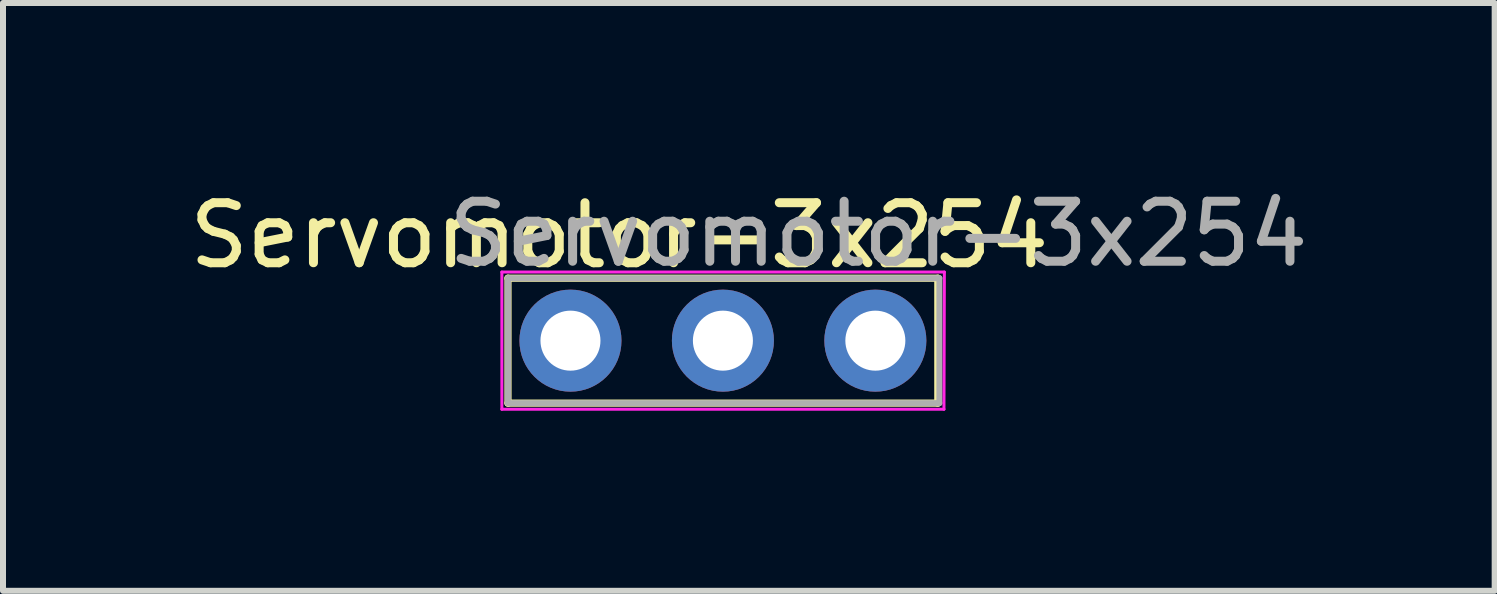
<source format=kicad_pcb>
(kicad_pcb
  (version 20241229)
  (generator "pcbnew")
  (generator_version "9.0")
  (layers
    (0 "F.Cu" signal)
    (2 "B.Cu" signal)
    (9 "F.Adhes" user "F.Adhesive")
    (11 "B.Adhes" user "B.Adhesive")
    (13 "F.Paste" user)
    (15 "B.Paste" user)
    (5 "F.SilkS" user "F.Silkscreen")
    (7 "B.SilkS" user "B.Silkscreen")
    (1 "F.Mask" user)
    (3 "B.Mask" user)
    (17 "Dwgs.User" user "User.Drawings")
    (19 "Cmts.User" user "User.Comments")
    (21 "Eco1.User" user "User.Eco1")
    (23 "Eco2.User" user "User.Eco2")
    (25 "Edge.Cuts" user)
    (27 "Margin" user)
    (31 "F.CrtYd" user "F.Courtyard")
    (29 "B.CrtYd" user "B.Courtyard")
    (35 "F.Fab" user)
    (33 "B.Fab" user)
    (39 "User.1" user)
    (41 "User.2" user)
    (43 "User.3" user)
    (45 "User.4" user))
  (footprint "Servomotor-3x254"
    (layer "F.Cu")
    (at 6.455 2.626)
    (property "Reference" "Servomotor-3x254" (at 0.813 -1.753 0) (layer "F.SilkS") (effects (font (size 1 1) (thickness 0.15))))
    (attr through_hole)
    (fp_line (start -1.041 -1.041) (end -1.041 1.041) (stroke (width 0.12) (type solid)) (layer "F.SilkS"))
    (fp_line (start -1.041 1.041) (end 6.121 1.041) (stroke (width 0.12) (type solid)) (layer "F.SilkS"))
    (fp_line (start 6.121 -1.041) (end -1.041 -1.041) (stroke (width 0.12) (type solid)) (layer "F.SilkS"))
    (fp_line (start 6.121 1.041) (end 6.121 -1.041) (stroke (width 0.12) (type solid)) (layer "F.SilkS"))
    (fp_line (start -1.143 -1.143) (end -1.143 1.143) (stroke (width 0.05) (type solid)) (layer "F.CrtYd"))
    (fp_line (start -1.143 1.143) (end 6.223 1.143) (stroke (width 0.05) (type solid)) (layer "F.CrtYd"))
    (fp_line (start 6.223 1.143) (end 6.23 -1.143) (stroke (width 0.05) (type solid)) (layer "F.CrtYd"))
    (fp_line (start 6.23 -1.143) (end -1.143 -1.143) (stroke (width 0.05) (type solid)) (layer "F.CrtYd"))
    (fp_line (start -1.041 -1.041) (end -1.041 1.041) (stroke (width 0.1) (type solid)) (layer "F.Fab"))
    (fp_line (start -1.041 1.041) (end 6.147 1.041) (stroke (width 0.1) (type solid)) (layer "F.Fab"))
    (fp_line (start 6.147 -1.041) (end -1.041 -1.041) (stroke (width 0.1) (type solid)) (layer "F.Fab"))
    (fp_line (start 6.147 1.041) (end 6.147 -1.041) (stroke (width 0.1) (type solid)) (layer "F.Fab"))
    (fp_text user "${REFERENCE}" (at 5.131 -1.778 0) (layer "F.Fab") (effects (font (size 1 1) (thickness 0.15))))
    (pad "1" thru_hole circle (at 0 0) (size 1.7 1.7) (drill 1) (layers "*.Cu" "*.Mask"))
    (pad "2" thru_hole circle (at 2.54 0) (size 1.7 1.7) (drill 1) (layers "*.Cu" "*.Mask"))
    (pad "3" thru_hole circle (at 5.08 0) (size 1.7 1.7) (drill 1) (layers "*.Cu" "*.Mask")))
  (gr_rect
    (start -3 -3)
    (end 21.854 6.794)
    (stroke (width 0.1) (type default))
    (fill no)
    (layer "Edge.Cuts")))
</source>
